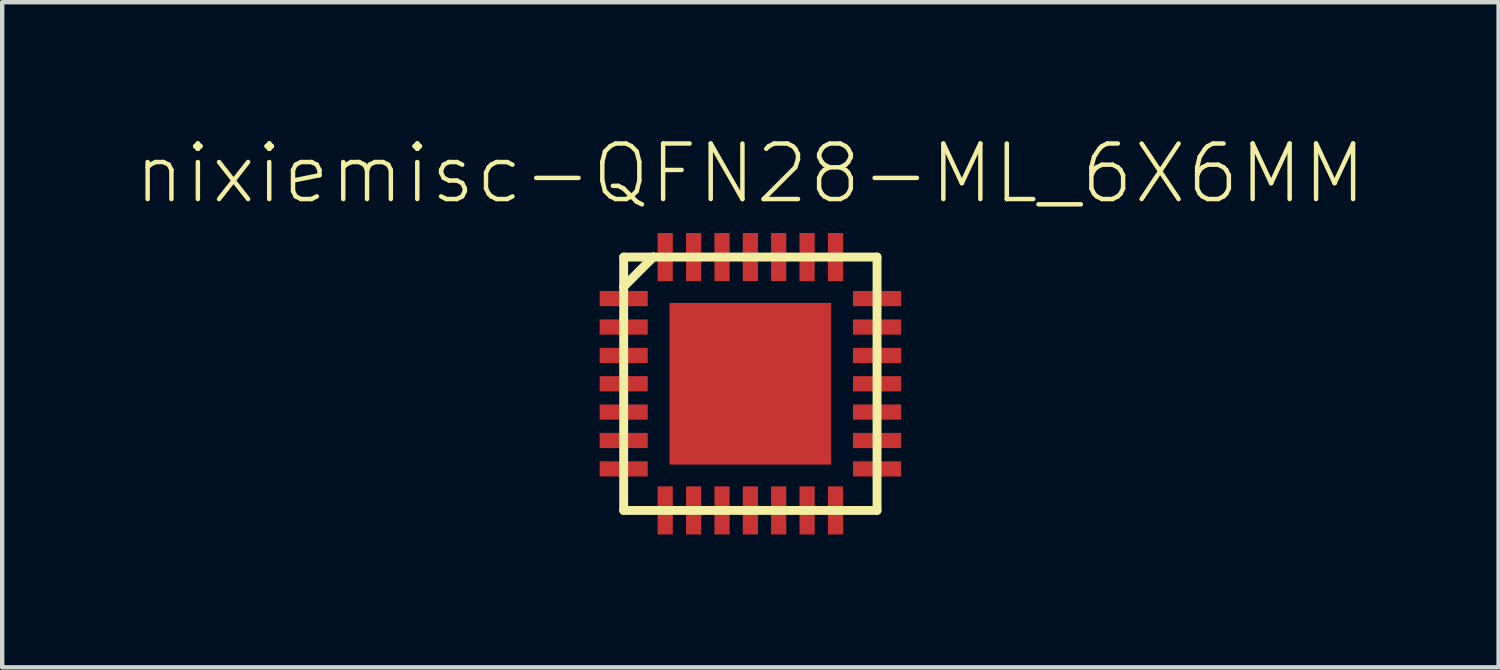
<source format=kicad_pcb>
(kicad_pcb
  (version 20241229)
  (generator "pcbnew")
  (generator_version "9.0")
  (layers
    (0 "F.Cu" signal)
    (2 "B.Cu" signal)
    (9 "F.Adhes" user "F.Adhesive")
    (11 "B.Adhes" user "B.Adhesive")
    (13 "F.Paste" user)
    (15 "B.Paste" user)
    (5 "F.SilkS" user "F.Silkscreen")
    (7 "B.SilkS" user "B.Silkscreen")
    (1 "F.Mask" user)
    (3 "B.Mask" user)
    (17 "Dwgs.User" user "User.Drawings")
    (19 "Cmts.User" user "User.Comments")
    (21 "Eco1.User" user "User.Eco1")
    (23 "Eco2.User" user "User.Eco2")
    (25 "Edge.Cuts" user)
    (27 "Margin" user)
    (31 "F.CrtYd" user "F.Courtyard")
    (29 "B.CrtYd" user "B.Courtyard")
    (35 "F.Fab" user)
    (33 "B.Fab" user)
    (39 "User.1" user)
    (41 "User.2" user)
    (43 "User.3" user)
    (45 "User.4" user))
  (footprint "nixiemisc-QFN28-ML_6X6MM"
    (layer "F.Cu")
    (at 14.116 5.729)
    (property "Reference" "nixiemisc-QFN28-ML_6X6MM" (at 0 -4.808 0) (unlocked yes) (layer "F.SilkS") (effects (font (size 1.27 1.27) (thickness 0.102))))
    (attr smd)
    (fp_line (start -3.454 -2.131) (end -2.344 -2.131) (stroke (width 0.066) (type solid)) (layer "F.Mask"))
    (fp_line (start -3.454 -1.768) (end -3.454 -2.131) (stroke (width 0.066) (type solid)) (layer "F.Mask"))
    (fp_line (start -3.454 -1.768) (end -2.344 -1.768) (stroke (width 0.066) (type solid)) (layer "F.Mask"))
    (fp_line (start -3.454 -1.481) (end -2.344 -1.481) (stroke (width 0.066) (type solid)) (layer "F.Mask"))
    (fp_line (start -3.454 -1.118) (end -3.454 -1.481) (stroke (width 0.066) (type solid)) (layer "F.Mask"))
    (fp_line (start -3.454 -1.118) (end -2.344 -1.118) (stroke (width 0.066) (type solid)) (layer "F.Mask"))
    (fp_line (start -3.454 -0.831) (end -2.344 -0.831) (stroke (width 0.066) (type solid)) (layer "F.Mask"))
    (fp_line (start -3.454 -0.467) (end -3.454 -0.831) (stroke (width 0.066) (type solid)) (layer "F.Mask"))
    (fp_line (start -3.454 -0.467) (end -2.344 -0.467) (stroke (width 0.066) (type solid)) (layer "F.Mask"))
    (fp_line (start -3.454 -0.18) (end -2.344 -0.18) (stroke (width 0.066) (type solid)) (layer "F.Mask"))
    (fp_line (start -3.454 0.18) (end -3.454 -0.18) (stroke (width 0.066) (type solid)) (layer "F.Mask"))
    (fp_line (start -3.454 0.18) (end -2.344 0.18) (stroke (width 0.066) (type solid)) (layer "F.Mask"))
    (fp_line (start -3.454 0.467) (end -2.344 0.467) (stroke (width 0.066) (type solid)) (layer "F.Mask"))
    (fp_line (start -3.454 0.831) (end -3.454 0.467) (stroke (width 0.066) (type solid)) (layer "F.Mask"))
    (fp_line (start -3.454 0.831) (end -2.344 0.831) (stroke (width 0.066) (type solid)) (layer "F.Mask"))
    (fp_line (start -3.454 1.118) (end -2.344 1.118) (stroke (width 0.066) (type solid)) (layer "F.Mask"))
    (fp_line (start -3.454 1.481) (end -3.454 1.118) (stroke (width 0.066) (type solid)) (layer "F.Mask"))
    (fp_line (start -3.454 1.481) (end -2.344 1.481) (stroke (width 0.066) (type solid)) (layer "F.Mask"))
    (fp_line (start -3.454 1.768) (end -2.344 1.768) (stroke (width 0.066) (type solid)) (layer "F.Mask"))
    (fp_line (start -3.454 2.131) (end -3.454 1.768) (stroke (width 0.066) (type solid)) (layer "F.Mask"))
    (fp_line (start -3.454 2.131) (end -2.344 2.131) (stroke (width 0.066) (type solid)) (layer "F.Mask"))
    (fp_line (start -2.344 -1.768) (end -2.344 -2.131) (stroke (width 0.066) (type solid)) (layer "F.Mask"))
    (fp_line (start -2.344 -1.118) (end -2.344 -1.481) (stroke (width 0.066) (type solid)) (layer "F.Mask"))
    (fp_line (start -2.344 -0.467) (end -2.344 -0.831) (stroke (width 0.066) (type solid)) (layer "F.Mask"))
    (fp_line (start -2.344 0.18) (end -2.344 -0.18) (stroke (width 0.066) (type solid)) (layer "F.Mask"))
    (fp_line (start -2.344 0.831) (end -2.344 0.467) (stroke (width 0.066) (type solid)) (layer "F.Mask"))
    (fp_line (start -2.344 1.481) (end -2.344 1.118) (stroke (width 0.066) (type solid)) (layer "F.Mask"))
    (fp_line (start -2.344 2.131) (end -2.344 1.768) (stroke (width 0.066) (type solid)) (layer "F.Mask"))
    (fp_line (start -2.131 -3.454) (end -2.131 -2.344) (stroke (width 0.066) (type solid)) (layer "F.Mask"))
    (fp_line (start -2.131 -3.454) (end -1.768 -3.454) (stroke (width 0.066) (type solid)) (layer "F.Mask"))
    (fp_line (start -2.131 -2.344) (end -1.768 -2.344) (stroke (width 0.066) (type solid)) (layer "F.Mask"))
    (fp_line (start -2.131 2.344) (end -2.131 3.454) (stroke (width 0.066) (type solid)) (layer "F.Mask"))
    (fp_line (start -2.131 2.344) (end -1.768 2.344) (stroke (width 0.066) (type solid)) (layer "F.Mask"))
    (fp_line (start -2.131 3.454) (end -1.768 3.454) (stroke (width 0.066) (type solid)) (layer "F.Mask"))
    (fp_line (start -1.857 -1.857) (end 1.857 -1.857) (stroke (width 0.066) (type solid)) (layer "F.Mask"))
    (fp_line (start -1.857 1.857) (end -1.857 -1.857) (stroke (width 0.066) (type solid)) (layer "F.Mask"))
    (fp_line (start -1.857 1.857) (end 1.857 1.857) (stroke (width 0.066) (type solid)) (layer "F.Mask"))
    (fp_line (start -1.768 -3.454) (end -1.768 -2.344) (stroke (width 0.066) (type solid)) (layer "F.Mask"))
    (fp_line (start -1.768 2.344) (end -1.768 3.454) (stroke (width 0.066) (type solid)) (layer "F.Mask"))
    (fp_line (start -1.481 -3.454) (end -1.481 -2.344) (stroke (width 0.066) (type solid)) (layer "F.Mask"))
    (fp_line (start -1.481 -3.454) (end -1.118 -3.454) (stroke (width 0.066) (type solid)) (layer "F.Mask"))
    (fp_line (start -1.481 -2.344) (end -1.118 -2.344) (stroke (width 0.066) (type solid)) (layer "F.Mask"))
    (fp_line (start -1.481 3.454) (end -1.481 2.344) (stroke (width 0.066) (type solid)) (layer "F.Mask"))
    (fp_line (start -1.118 -3.454) (end -1.118 -2.344) (stroke (width 0.066) (type solid)) (layer "F.Mask"))
    (fp_line (start -1.118 2.344) (end -1.481 2.344) (stroke (width 0.066) (type solid)) (layer "F.Mask"))
    (fp_line (start -1.118 3.454) (end -1.481 3.454) (stroke (width 0.066) (type solid)) (layer "F.Mask"))
    (fp_line (start -1.118 3.454) (end -1.118 2.344) (stroke (width 0.066) (type solid)) (layer "F.Mask"))
    (fp_line (start -0.831 -3.454) (end -0.831 -2.344) (stroke (width 0.066) (type solid)) (layer "F.Mask"))
    (fp_line (start -0.831 -3.454) (end -0.467 -3.454) (stroke (width 0.066) (type solid)) (layer "F.Mask"))
    (fp_line (start -0.831 -2.344) (end -0.467 -2.344) (stroke (width 0.066) (type solid)) (layer "F.Mask"))
    (fp_line (start -0.831 3.454) (end -0.831 2.344) (stroke (width 0.066) (type solid)) (layer "F.Mask"))
    (fp_line (start -0.467 -3.454) (end -0.467 -2.344) (stroke (width 0.066) (type solid)) (layer "F.Mask"))
    (fp_line (start -0.467 2.344) (end -0.831 2.344) (stroke (width 0.066) (type solid)) (layer "F.Mask"))
    (fp_line (start -0.467 3.454) (end -0.831 3.454) (stroke (width 0.066) (type solid)) (layer "F.Mask"))
    (fp_line (start -0.467 3.454) (end -0.467 2.344) (stroke (width 0.066) (type solid)) (layer "F.Mask"))
    (fp_line (start -0.18 -3.454) (end -0.18 -2.344) (stroke (width 0.066) (type solid)) (layer "F.Mask"))
    (fp_line (start -0.18 -3.454) (end 0.18 -3.454) (stroke (width 0.066) (type solid)) (layer "F.Mask"))
    (fp_line (start -0.18 -2.344) (end 0.18 -2.344) (stroke (width 0.066) (type solid)) (layer "F.Mask"))
    (fp_line (start -0.18 3.454) (end -0.18 2.344) (stroke (width 0.066) (type solid)) (layer "F.Mask"))
    (fp_line (start 0.18 -3.454) (end 0.18 -2.344) (stroke (width 0.066) (type solid)) (layer "F.Mask"))
    (fp_line (start 0.18 2.344) (end -0.18 2.344) (stroke (width 0.066) (type solid)) (layer "F.Mask"))
    (fp_line (start 0.18 3.454) (end -0.18 3.454) (stroke (width 0.066) (type solid)) (layer "F.Mask"))
    (fp_line (start 0.18 3.454) (end 0.18 2.344) (stroke (width 0.066) (type solid)) (layer "F.Mask"))
    (fp_line (start 0.467 -3.454) (end 0.467 -2.344) (stroke (width 0.066) (type solid)) (layer "F.Mask"))
    (fp_line (start 0.467 -3.454) (end 0.831 -3.454) (stroke (width 0.066) (type solid)) (layer "F.Mask"))
    (fp_line (start 0.467 -2.344) (end 0.831 -2.344) (stroke (width 0.066) (type solid)) (layer "F.Mask"))
    (fp_line (start 0.467 3.454) (end 0.467 2.344) (stroke (width 0.066) (type solid)) (layer "F.Mask"))
    (fp_line (start 0.831 -3.454) (end 0.831 -2.344) (stroke (width 0.066) (type solid)) (layer "F.Mask"))
    (fp_line (start 0.831 2.344) (end 0.467 2.344) (stroke (width 0.066) (type solid)) (layer "F.Mask"))
    (fp_line (start 0.831 3.454) (end 0.467 3.454) (stroke (width 0.066) (type solid)) (layer "F.Mask"))
    (fp_line (start 0.831 3.454) (end 0.831 2.344) (stroke (width 0.066) (type solid)) (layer "F.Mask"))
    (fp_line (start 1.118 -3.454) (end 1.118 -2.344) (stroke (width 0.066) (type solid)) (layer "F.Mask"))
    (fp_line (start 1.118 -3.454) (end 1.481 -3.454) (stroke (width 0.066) (type solid)) (layer "F.Mask"))
    (fp_line (start 1.118 -2.344) (end 1.481 -2.344) (stroke (width 0.066) (type solid)) (layer "F.Mask"))
    (fp_line (start 1.118 3.454) (end 1.118 2.344) (stroke (width 0.066) (type solid)) (layer "F.Mask"))
    (fp_line (start 1.481 -3.454) (end 1.481 -2.344) (stroke (width 0.066) (type solid)) (layer "F.Mask"))
    (fp_line (start 1.481 2.344) (end 1.118 2.344) (stroke (width 0.066) (type solid)) (layer "F.Mask"))
    (fp_line (start 1.481 3.454) (end 1.118 3.454) (stroke (width 0.066) (type solid)) (layer "F.Mask"))
    (fp_line (start 1.481 3.454) (end 1.481 2.344) (stroke (width 0.066) (type solid)) (layer "F.Mask"))
    (fp_line (start 1.768 -3.454) (end 1.768 -2.344) (stroke (width 0.066) (type solid)) (layer "F.Mask"))
    (fp_line (start 1.768 -3.454) (end 2.131 -3.454) (stroke (width 0.066) (type solid)) (layer "F.Mask"))
    (fp_line (start 1.768 -2.344) (end 2.131 -2.344) (stroke (width 0.066) (type solid)) (layer "F.Mask"))
    (fp_line (start 1.768 3.454) (end 1.768 2.344) (stroke (width 0.066) (type solid)) (layer "F.Mask"))
    (fp_line (start 1.857 1.857) (end 1.857 -1.857) (stroke (width 0.066) (type solid)) (layer "F.Mask"))
    (fp_line (start 2.131 -3.454) (end 2.131 -2.344) (stroke (width 0.066) (type solid)) (layer "F.Mask"))
    (fp_line (start 2.131 2.344) (end 1.768 2.344) (stroke (width 0.066) (type solid)) (layer "F.Mask"))
    (fp_line (start 2.131 3.454) (end 1.768 3.454) (stroke (width 0.066) (type solid)) (layer "F.Mask"))
    (fp_line (start 2.131 3.454) (end 2.131 2.344) (stroke (width 0.066) (type solid)) (layer "F.Mask"))
    (fp_line (start 2.344 -2.131) (end 2.344 -1.768) (stroke (width 0.066) (type solid)) (layer "F.Mask"))
    (fp_line (start 2.344 -1.481) (end 2.344 -1.118) (stroke (width 0.066) (type solid)) (layer "F.Mask"))
    (fp_line (start 2.344 -0.831) (end 2.344 -0.467) (stroke (width 0.066) (type solid)) (layer "F.Mask"))
    (fp_line (start 2.344 -0.18) (end 2.344 0.18) (stroke (width 0.066) (type solid)) (layer "F.Mask"))
    (fp_line (start 2.344 0.467) (end 2.344 0.831) (stroke (width 0.066) (type solid)) (layer "F.Mask"))
    (fp_line (start 2.344 1.118) (end 2.344 1.481) (stroke (width 0.066) (type solid)) (layer "F.Mask"))
    (fp_line (start 2.344 1.768) (end 2.344 2.131) (stroke (width 0.066) (type solid)) (layer "F.Mask"))
    (fp_line (start 3.454 -2.131) (end 2.344 -2.131) (stroke (width 0.066) (type solid)) (layer "F.Mask"))
    (fp_line (start 3.454 -2.131) (end 3.454 -1.768) (stroke (width 0.066) (type solid)) (layer "F.Mask"))
    (fp_line (start 3.454 -1.768) (end 2.344 -1.768) (stroke (width 0.066) (type solid)) (layer "F.Mask"))
    (fp_line (start 3.454 -1.481) (end 2.344 -1.481) (stroke (width 0.066) (type solid)) (layer "F.Mask"))
    (fp_line (start 3.454 -1.481) (end 3.454 -1.118) (stroke (width 0.066) (type solid)) (layer "F.Mask"))
    (fp_line (start 3.454 -1.118) (end 2.344 -1.118) (stroke (width 0.066) (type solid)) (layer "F.Mask"))
    (fp_line (start 3.454 -0.831) (end 2.344 -0.831) (stroke (width 0.066) (type solid)) (layer "F.Mask"))
    (fp_line (start 3.454 -0.831) (end 3.454 -0.467) (stroke (width 0.066) (type solid)) (layer "F.Mask"))
    (fp_line (start 3.454 -0.467) (end 2.344 -0.467) (stroke (width 0.066) (type solid)) (layer "F.Mask"))
    (fp_line (start 3.454 -0.18) (end 2.344 -0.18) (stroke (width 0.066) (type solid)) (layer "F.Mask"))
    (fp_line (start 3.454 -0.18) (end 3.454 0.18) (stroke (width 0.066) (type solid)) (layer "F.Mask"))
    (fp_line (start 3.454 0.18) (end 2.344 0.18) (stroke (width 0.066) (type solid)) (layer "F.Mask"))
    (fp_line (start 3.454 0.467) (end 2.344 0.467) (stroke (width 0.066) (type solid)) (layer "F.Mask"))
    (fp_line (start 3.454 0.467) (end 3.454 0.831) (stroke (width 0.066) (type solid)) (layer "F.Mask"))
    (fp_line (start 3.454 0.831) (end 2.344 0.831) (stroke (width 0.066) (type solid)) (layer "F.Mask"))
    (fp_line (start 3.454 1.118) (end 2.344 1.118) (stroke (width 0.066) (type solid)) (layer "F.Mask"))
    (fp_line (start 3.454 1.118) (end 3.454 1.481) (stroke (width 0.066) (type solid)) (layer "F.Mask"))
    (fp_line (start 3.454 1.481) (end 2.344 1.481) (stroke (width 0.066) (type solid)) (layer "F.Mask"))
    (fp_line (start 3.454 1.768) (end 2.344 1.768) (stroke (width 0.066) (type solid)) (layer "F.Mask"))
    (fp_line (start 3.454 1.768) (end 3.454 2.131) (stroke (width 0.066) (type solid)) (layer "F.Mask"))
    (fp_line (start 3.454 2.131) (end 2.344 2.131) (stroke (width 0.066) (type solid)) (layer "F.Mask"))
    (fp_line (start -2.898 -2.898) (end -2.22 -2.898) (stroke (width 0.203) (type solid)) (layer "F.SilkS"))
    (fp_line (start -2.898 -2.22) (end -2.898 -2.898) (stroke (width 0.203) (type solid)) (layer "F.SilkS"))
    (fp_line (start -2.898 -2.22) (end -2.898 2.898) (stroke (width 0.203) (type solid)) (layer "F.SilkS"))
    (fp_line (start -2.898 2.898) (end 2.898 2.898) (stroke (width 0.203) (type solid)) (layer "F.SilkS"))
    (fp_line (start -2.22 -2.898) (end -2.898 -2.22) (stroke (width 0.203) (type solid)) (layer "F.SilkS"))
    (fp_line (start -2.22 -2.898) (end -2.22 -2.898) (stroke (width 0.203) (type solid)) (layer "F.SilkS"))
    (fp_line (start 2.898 -2.898) (end -2.22 -2.898) (stroke (width 0.203) (type solid)) (layer "F.SilkS"))
    (fp_line (start 2.898 2.898) (end 2.898 -2.898) (stroke (width 0.203) (type solid)) (layer "F.SilkS"))
    (fp_line (start -3.442 -2.111) (end -2.357 -2.111) (stroke (width 0.066) (type solid)) (layer "F.Paste"))
    (fp_line (start -3.442 -1.786) (end -3.442 -2.111) (stroke (width 0.066) (type solid)) (layer "F.Paste"))
    (fp_line (start -3.442 -1.786) (end -2.357 -1.786) (stroke (width 0.066) (type solid)) (layer "F.Paste"))
    (fp_line (start -3.442 -1.46) (end -2.357 -1.46) (stroke (width 0.066) (type solid)) (layer "F.Paste"))
    (fp_line (start -3.442 -1.135) (end -3.442 -1.46) (stroke (width 0.066) (type solid)) (layer "F.Paste"))
    (fp_line (start -3.442 -1.135) (end -2.357 -1.135) (stroke (width 0.066) (type solid)) (layer "F.Paste"))
    (fp_line (start -3.442 -0.81) (end -2.357 -0.81) (stroke (width 0.066) (type solid)) (layer "F.Paste"))
    (fp_line (start -3.442 -0.485) (end -3.442 -0.81) (stroke (width 0.066) (type solid)) (layer "F.Paste"))
    (fp_line (start -3.442 -0.485) (end -2.357 -0.485) (stroke (width 0.066) (type solid)) (layer "F.Paste"))
    (fp_line (start -3.442 -0.16) (end -2.357 -0.16) (stroke (width 0.066) (type solid)) (layer "F.Paste"))
    (fp_line (start -3.442 0.16) (end -3.442 -0.16) (stroke (width 0.066) (type solid)) (layer "F.Paste"))
    (fp_line (start -3.442 0.16) (end -2.357 0.16) (stroke (width 0.066) (type solid)) (layer "F.Paste"))
    (fp_line (start -3.442 0.485) (end -2.357 0.485) (stroke (width 0.066) (type solid)) (layer "F.Paste"))
    (fp_line (start -3.442 0.81) (end -3.442 0.485) (stroke (width 0.066) (type solid)) (layer "F.Paste"))
    (fp_line (start -3.442 0.81) (end -2.357 0.81) (stroke (width 0.066) (type solid)) (layer "F.Paste"))
    (fp_line (start -3.442 1.135) (end -2.357 1.135) (stroke (width 0.066) (type solid)) (layer "F.Paste"))
    (fp_line (start -3.442 1.46) (end -3.442 1.135) (stroke (width 0.066) (type solid)) (layer "F.Paste"))
    (fp_line (start -3.442 1.46) (end -2.357 1.46) (stroke (width 0.066) (type solid)) (layer "F.Paste"))
    (fp_line (start -3.442 1.786) (end -2.357 1.786) (stroke (width 0.066) (type solid)) (layer "F.Paste"))
    (fp_line (start -3.442 2.111) (end -3.442 1.786) (stroke (width 0.066) (type solid)) (layer "F.Paste"))
    (fp_line (start -3.442 2.111) (end -2.357 2.111) (stroke (width 0.066) (type solid)) (layer "F.Paste"))
    (fp_line (start -2.357 -1.786) (end -2.357 -2.111) (stroke (width 0.066) (type solid)) (layer "F.Paste"))
    (fp_line (start -2.357 -1.135) (end -2.357 -1.46) (stroke (width 0.066) (type solid)) (layer "F.Paste"))
    (fp_line (start -2.357 -0.485) (end -2.357 -0.81) (stroke (width 0.066) (type solid)) (layer "F.Paste"))
    (fp_line (start -2.357 0.16) (end -2.357 -0.16) (stroke (width 0.066) (type solid)) (layer "F.Paste"))
    (fp_line (start -2.357 0.81) (end -2.357 0.485) (stroke (width 0.066) (type solid)) (layer "F.Paste"))
    (fp_line (start -2.357 1.46) (end -2.357 1.135) (stroke (width 0.066) (type solid)) (layer "F.Paste"))
    (fp_line (start -2.357 2.111) (end -2.357 1.786) (stroke (width 0.066) (type solid)) (layer "F.Paste"))
    (fp_line (start -2.111 -3.442) (end -2.111 -2.357) (stroke (width 0.066) (type solid)) (layer "F.Paste"))
    (fp_line (start -2.111 -3.442) (end -1.786 -3.442) (stroke (width 0.066) (type solid)) (layer "F.Paste"))
    (fp_line (start -2.111 -2.357) (end -1.786 -2.357) (stroke (width 0.066) (type solid)) (layer "F.Paste"))
    (fp_line (start -2.111 2.357) (end -2.111 3.442) (stroke (width 0.066) (type solid)) (layer "F.Paste"))
    (fp_line (start -2.111 2.357) (end -1.786 2.357) (stroke (width 0.066) (type solid)) (layer "F.Paste"))
    (fp_line (start -2.111 3.442) (end -1.786 3.442) (stroke (width 0.066) (type solid)) (layer "F.Paste"))
    (fp_line (start -1.786 -3.442) (end -1.786 -2.357) (stroke (width 0.066) (type solid)) (layer "F.Paste"))
    (fp_line (start -1.786 2.357) (end -1.786 3.442) (stroke (width 0.066) (type solid)) (layer "F.Paste"))
    (fp_line (start -1.735 -1.735) (end 1.735 -1.735) (stroke (width 0.066) (type solid)) (layer "F.Paste"))
    (fp_line (start -1.735 1.735) (end -1.735 -1.735) (stroke (width 0.066) (type solid)) (layer "F.Paste"))
    (fp_line (start -1.735 1.735) (end 1.735 1.735) (stroke (width 0.066) (type solid)) (layer "F.Paste"))
    (fp_line (start -1.46 -3.442) (end -1.46 -2.357) (stroke (width 0.066) (type solid)) (layer "F.Paste"))
    (fp_line (start -1.46 -3.442) (end -1.135 -3.442) (stroke (width 0.066) (type solid)) (layer "F.Paste"))
    (fp_line (start -1.46 -2.357) (end -1.135 -2.357) (stroke (width 0.066) (type solid)) (layer "F.Paste"))
    (fp_line (start -1.46 3.442) (end -1.46 2.357) (stroke (width 0.066) (type solid)) (layer "F.Paste"))
    (fp_line (start -1.135 -3.442) (end -1.135 -2.357) (stroke (width 0.066) (type solid)) (layer "F.Paste"))
    (fp_line (start -1.135 2.357) (end -1.46 2.357) (stroke (width 0.066) (type solid)) (layer "F.Paste"))
    (fp_line (start -1.135 3.442) (end -1.46 3.442) (stroke (width 0.066) (type solid)) (layer "F.Paste"))
    (fp_line (start -1.135 3.442) (end -1.135 2.357) (stroke (width 0.066) (type solid)) (layer "F.Paste"))
    (fp_line (start -0.81 -3.442) (end -0.81 -2.357) (stroke (width 0.066) (type solid)) (layer "F.Paste"))
    (fp_line (start -0.81 -3.442) (end -0.485 -3.442) (stroke (width 0.066) (type solid)) (layer "F.Paste"))
    (fp_line (start -0.81 -2.357) (end -0.485 -2.357) (stroke (width 0.066) (type solid)) (layer "F.Paste"))
    (fp_line (start -0.81 3.442) (end -0.81 2.357) (stroke (width 0.066) (type solid)) (layer "F.Paste"))
    (fp_line (start -0.485 -3.442) (end -0.485 -2.357) (stroke (width 0.066) (type solid)) (layer "F.Paste"))
    (fp_line (start -0.485 2.357) (end -0.81 2.357) (stroke (width 0.066) (type solid)) (layer "F.Paste"))
    (fp_line (start -0.485 3.442) (end -0.81 3.442) (stroke (width 0.066) (type solid)) (layer "F.Paste"))
    (fp_line (start -0.485 3.442) (end -0.485 2.357) (stroke (width 0.066) (type solid)) (layer "F.Paste"))
    (fp_line (start -0.16 -3.442) (end -0.16 -2.357) (stroke (width 0.066) (type solid)) (layer "F.Paste"))
    (fp_line (start -0.16 -3.442) (end 0.16 -3.442) (stroke (width 0.066) (type solid)) (layer "F.Paste"))
    (fp_line (start -0.16 -2.357) (end 0.16 -2.357) (stroke (width 0.066) (type solid)) (layer "F.Paste"))
    (fp_line (start -0.16 3.442) (end -0.16 2.357) (stroke (width 0.066) (type solid)) (layer "F.Paste"))
    (fp_line (start 0.16 -3.442) (end 0.16 -2.357) (stroke (width 0.066) (type solid)) (layer "F.Paste"))
    (fp_line (start 0.16 2.357) (end -0.16 2.357) (stroke (width 0.066) (type solid)) (layer "F.Paste"))
    (fp_line (start 0.16 3.442) (end -0.16 3.442) (stroke (width 0.066) (type solid)) (layer "F.Paste"))
    (fp_line (start 0.16 3.442) (end 0.16 2.357) (stroke (width 0.066) (type solid)) (layer "F.Paste"))
    (fp_line (start 0.485 -3.442) (end 0.485 -2.357) (stroke (width 0.066) (type solid)) (layer "F.Paste"))
    (fp_line (start 0.485 -3.442) (end 0.81 -3.442) (stroke (width 0.066) (type solid)) (layer "F.Paste"))
    (fp_line (start 0.485 -2.357) (end 0.81 -2.357) (stroke (width 0.066) (type solid)) (layer "F.Paste"))
    (fp_line (start 0.485 3.442) (end 0.485 2.357) (stroke (width 0.066) (type solid)) (layer "F.Paste"))
    (fp_line (start 0.81 -3.442) (end 0.81 -2.357) (stroke (width 0.066) (type solid)) (layer "F.Paste"))
    (fp_line (start 0.81 2.357) (end 0.485 2.357) (stroke (width 0.066) (type solid)) (layer "F.Paste"))
    (fp_line (start 0.81 3.442) (end 0.485 3.442) (stroke (width 0.066) (type solid)) (layer "F.Paste"))
    (fp_line (start 0.81 3.442) (end 0.81 2.357) (stroke (width 0.066) (type solid)) (layer "F.Paste"))
    (fp_line (start 1.135 -3.442) (end 1.135 -2.357) (stroke (width 0.066) (type solid)) (layer "F.Paste"))
    (fp_line (start 1.135 -3.442) (end 1.46 -3.442) (stroke (width 0.066) (type solid)) (layer "F.Paste"))
    (fp_line (start 1.135 -2.357) (end 1.46 -2.357) (stroke (width 0.066) (type solid)) (layer "F.Paste"))
    (fp_line (start 1.135 3.442) (end 1.135 2.357) (stroke (width 0.066) (type solid)) (layer "F.Paste"))
    (fp_line (start 1.46 -3.442) (end 1.46 -2.357) (stroke (width 0.066) (type solid)) (layer "F.Paste"))
    (fp_line (start 1.46 2.357) (end 1.135 2.357) (stroke (width 0.066) (type solid)) (layer "F.Paste"))
    (fp_line (start 1.46 3.442) (end 1.135 3.442) (stroke (width 0.066) (type solid)) (layer "F.Paste"))
    (fp_line (start 1.46 3.442) (end 1.46 2.357) (stroke (width 0.066) (type solid)) (layer "F.Paste"))
    (fp_line (start 1.735 1.735) (end 1.735 -1.735) (stroke (width 0.066) (type solid)) (layer "F.Paste"))
    (fp_line (start 1.786 -3.442) (end 1.786 -2.357) (stroke (width 0.066) (type solid)) (layer "F.Paste"))
    (fp_line (start 1.786 -3.442) (end 2.111 -3.442) (stroke (width 0.066) (type solid)) (layer "F.Paste"))
    (fp_line (start 1.786 -2.357) (end 2.111 -2.357) (stroke (width 0.066) (type solid)) (layer "F.Paste"))
    (fp_line (start 1.786 3.442) (end 1.786 2.357) (stroke (width 0.066) (type solid)) (layer "F.Paste"))
    (fp_line (start 2.111 -3.442) (end 2.111 -2.357) (stroke (width 0.066) (type solid)) (layer "F.Paste"))
    (fp_line (start 2.111 2.357) (end 1.786 2.357) (stroke (width 0.066) (type solid)) (layer "F.Paste"))
    (fp_line (start 2.111 3.442) (end 1.786 3.442) (stroke (width 0.066) (type solid)) (layer "F.Paste"))
    (fp_line (start 2.111 3.442) (end 2.111 2.357) (stroke (width 0.066) (type solid)) (layer "F.Paste"))
    (fp_line (start 2.357 -2.111) (end 2.357 -1.786) (stroke (width 0.066) (type solid)) (layer "F.Paste"))
    (fp_line (start 2.357 -1.46) (end 2.357 -1.135) (stroke (width 0.066) (type solid)) (layer "F.Paste"))
    (fp_line (start 2.357 -0.81) (end 2.357 -0.485) (stroke (width 0.066) (type solid)) (layer "F.Paste"))
    (fp_line (start 2.357 -0.16) (end 2.357 0.16) (stroke (width 0.066) (type solid)) (layer "F.Paste"))
    (fp_line (start 2.357 0.485) (end 2.357 0.81) (stroke (width 0.066) (type solid)) (layer "F.Paste"))
    (fp_line (start 2.357 1.135) (end 2.357 1.46) (stroke (width 0.066) (type solid)) (layer "F.Paste"))
    (fp_line (start 2.357 1.786) (end 2.357 2.111) (stroke (width 0.066) (type solid)) (layer "F.Paste"))
    (fp_line (start 3.442 -2.111) (end 2.357 -2.111) (stroke (width 0.066) (type solid)) (layer "F.Paste"))
    (fp_line (start 3.442 -2.111) (end 3.442 -1.786) (stroke (width 0.066) (type solid)) (layer "F.Paste"))
    (fp_line (start 3.442 -1.786) (end 2.357 -1.786) (stroke (width 0.066) (type solid)) (layer "F.Paste"))
    (fp_line (start 3.442 -1.46) (end 2.357 -1.46) (stroke (width 0.066) (type solid)) (layer "F.Paste"))
    (fp_line (start 3.442 -1.46) (end 3.442 -1.135) (stroke (width 0.066) (type solid)) (layer "F.Paste"))
    (fp_line (start 3.442 -1.135) (end 2.357 -1.135) (stroke (width 0.066) (type solid)) (layer "F.Paste"))
    (fp_line (start 3.442 -0.81) (end 2.357 -0.81) (stroke (width 0.066) (type solid)) (layer "F.Paste"))
    (fp_line (start 3.442 -0.81) (end 3.442 -0.485) (stroke (width 0.066) (type solid)) (layer "F.Paste"))
    (fp_line (start 3.442 -0.485) (end 2.357 -0.485) (stroke (width 0.066) (type solid)) (layer "F.Paste"))
    (fp_line (start 3.442 -0.16) (end 2.357 -0.16) (stroke (width 0.066) (type solid)) (layer "F.Paste"))
    (fp_line (start 3.442 -0.16) (end 3.442 0.16) (stroke (width 0.066) (type solid)) (layer "F.Paste"))
    (fp_line (start 3.442 0.16) (end 2.357 0.16) (stroke (width 0.066) (type solid)) (layer "F.Paste"))
    (fp_line (start 3.442 0.485) (end 2.357 0.485) (stroke (width 0.066) (type solid)) (layer "F.Paste"))
    (fp_line (start 3.442 0.485) (end 3.442 0.81) (stroke (width 0.066) (type solid)) (layer "F.Paste"))
    (fp_line (start 3.442 0.81) (end 2.357 0.81) (stroke (width 0.066) (type solid)) (layer "F.Paste"))
    (fp_line (start 3.442 1.135) (end 2.357 1.135) (stroke (width 0.066) (type solid)) (layer "F.Paste"))
    (fp_line (start 3.442 1.135) (end 3.442 1.46) (stroke (width 0.066) (type solid)) (layer "F.Paste"))
    (fp_line (start 3.442 1.46) (end 2.357 1.46) (stroke (width 0.066) (type solid)) (layer "F.Paste"))
    (fp_line (start 3.442 1.786) (end 2.357 1.786) (stroke (width 0.066) (type solid)) (layer "F.Paste"))
    (fp_line (start 3.442 1.786) (end 3.442 2.111) (stroke (width 0.066) (type solid)) (layer "F.Paste"))
    (fp_line (start 3.442 2.111) (end 2.357 2.111) (stroke (width 0.066) (type solid)) (layer "F.Paste"))
    (pad "1" smd rect (at -2.898 -1.948) (size 1.1 0.348) (layers "F.Cu" "F.Mask" "F.Paste"))
    (pad "2" smd rect (at -2.898 -1.298) (size 1.1 0.348) (layers "F.Cu" "F.Mask" "F.Paste"))
    (pad "3" smd rect (at -2.898 -0.648) (size 1.1 0.348) (layers "F.Cu" "F.Mask" "F.Paste"))
    (pad "4" smd rect (at -2.898 0) (size 1.1 0.348) (layers "F.Cu" "F.Mask" "F.Paste"))
    (pad "5" smd rect (at -2.898 0.648) (size 1.1 0.348) (layers "F.Cu" "F.Mask" "F.Paste"))
    (pad "6" smd rect (at -2.898 1.298) (size 1.1 0.348) (layers "F.Cu" "F.Mask" "F.Paste"))
    (pad "7" smd rect (at -2.898 1.948) (size 1.1 0.348) (layers "F.Cu" "F.Mask" "F.Paste"))
    (pad "8" smd rect (at -1.948 2.898) (size 0.348 1.1) (layers "F.Cu" "F.Mask" "F.Paste"))
    (pad "9" smd rect (at -1.298 2.898) (size 0.348 1.1) (layers "F.Cu" "F.Mask" "F.Paste"))
    (pad "10" smd rect (at -0.648 2.898) (size 0.348 1.1) (layers "F.Cu" "F.Mask" "F.Paste"))
    (pad "11" smd rect (at 0 2.898) (size 0.348 1.1) (layers "F.Cu" "F.Mask" "F.Paste"))
    (pad "12" smd rect (at 0.648 2.898) (size 0.348 1.1) (layers "F.Cu" "F.Mask" "F.Paste"))
    (pad "13" smd rect (at 1.298 2.898) (size 0.348 1.1) (layers "F.Cu" "F.Mask" "F.Paste"))
    (pad "14" smd rect (at 1.948 2.898) (size 0.348 1.1) (layers "F.Cu" "F.Mask" "F.Paste"))
    (pad "15" smd rect (at 2.898 1.948) (size 1.1 0.348) (layers "F.Cu" "F.Mask" "F.Paste"))
    (pad "16" smd rect (at 2.898 1.298) (size 1.1 0.348) (layers "F.Cu" "F.Mask" "F.Paste"))
    (pad "17" smd rect (at 2.898 0.648) (size 1.1 0.348) (layers "F.Cu" "F.Mask" "F.Paste"))
    (pad "18" smd rect (at 2.898 0) (size 1.1 0.348) (layers "F.Cu" "F.Mask" "F.Paste"))
    (pad "19" smd rect (at 2.898 -0.648) (size 1.1 0.348) (layers "F.Cu" "F.Mask" "F.Paste"))
    (pad "20" smd rect (at 2.898 -1.298) (size 1.1 0.348) (layers "F.Cu" "F.Mask" "F.Paste"))
    (pad "21" smd rect (at 2.898 -1.948) (size 1.1 0.348) (layers "F.Cu" "F.Mask" "F.Paste"))
    (pad "22" smd rect (at 1.948 -2.898) (size 0.348 1.1) (layers "F.Cu" "F.Mask" "F.Paste"))
    (pad "23" smd rect (at 1.298 -2.898) (size 0.348 1.1) (layers "F.Cu" "F.Mask" "F.Paste"))
    (pad "24" smd rect (at 0.648 -2.898) (size 0.348 1.1) (layers "F.Cu" "F.Mask" "F.Paste"))
    (pad "25" smd rect (at 0 -2.898) (size 0.348 1.1) (layers "F.Cu" "F.Mask" "F.Paste"))
    (pad "26" smd rect (at -0.648 -2.898) (size 0.348 1.1) (layers "F.Cu" "F.Mask" "F.Paste"))
    (pad "27" smd rect (at -1.298 -2.898) (size 0.348 1.1) (layers "F.Cu" "F.Mask" "F.Paste"))
    (pad "28" smd rect (at -1.948 -2.898) (size 0.348 1.1) (layers "F.Cu" "F.Mask" "F.Paste"))
    (pad "EXP" smd rect (at 0 0) (size 3.698 3.698) (layers "F.Cu" "F.Mask" "F.Paste")))
  (gr_rect
    (start -3 -3)
    (end 31.233 12.217)
    (stroke (width 0.1) (type default))
    (fill no)
    (layer "Edge.Cuts")))
</source>
